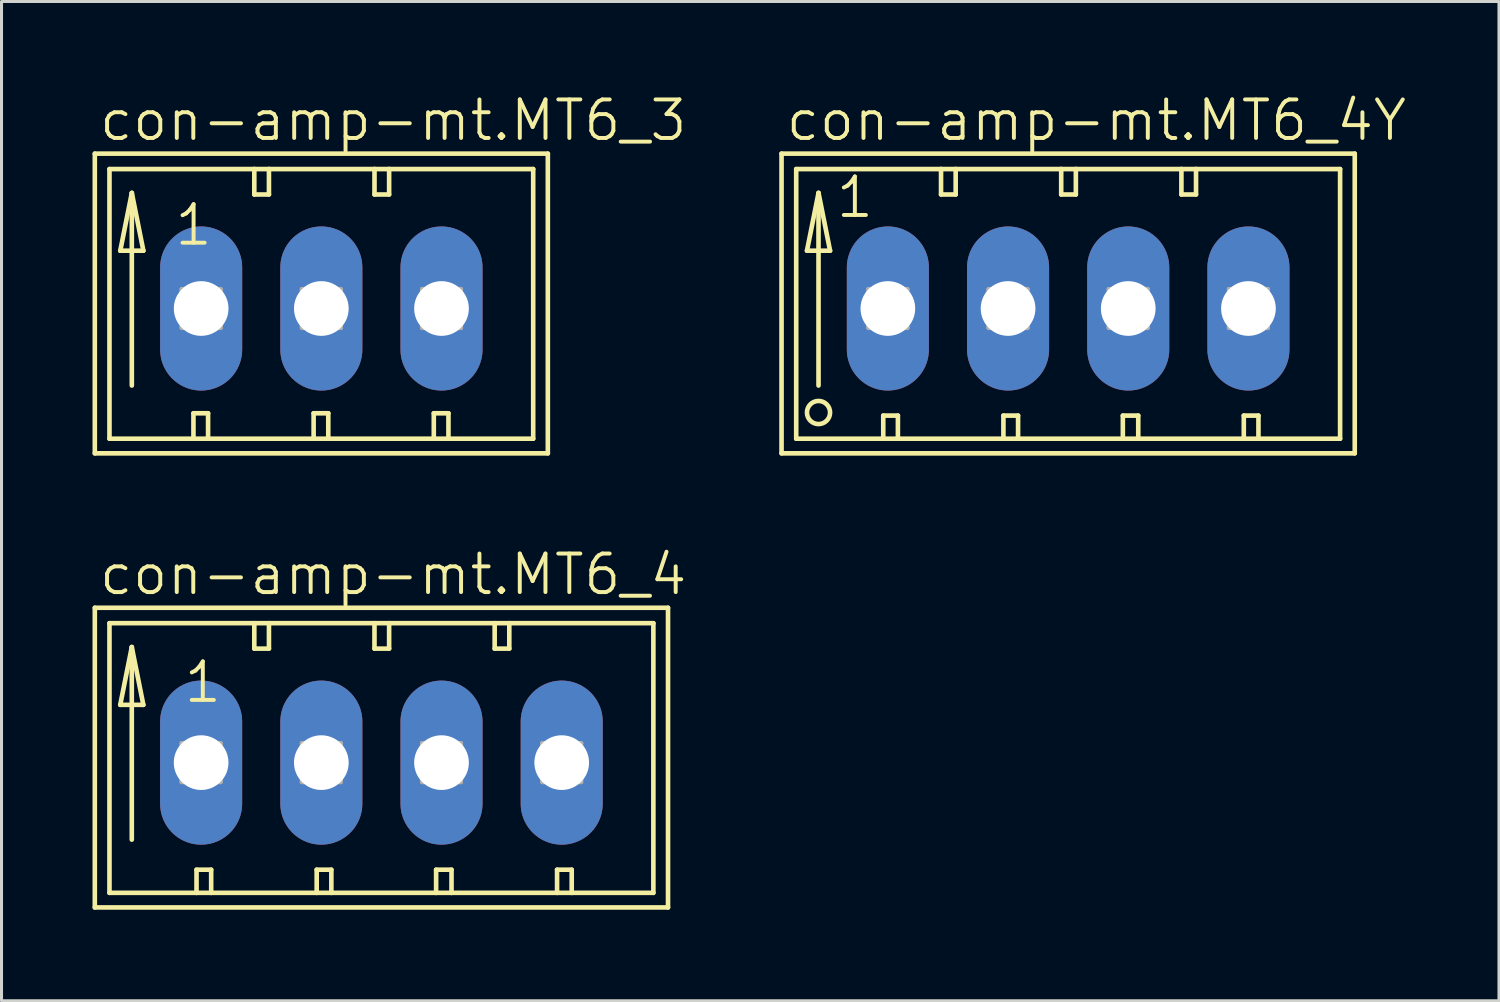
<source format=kicad_pcb>
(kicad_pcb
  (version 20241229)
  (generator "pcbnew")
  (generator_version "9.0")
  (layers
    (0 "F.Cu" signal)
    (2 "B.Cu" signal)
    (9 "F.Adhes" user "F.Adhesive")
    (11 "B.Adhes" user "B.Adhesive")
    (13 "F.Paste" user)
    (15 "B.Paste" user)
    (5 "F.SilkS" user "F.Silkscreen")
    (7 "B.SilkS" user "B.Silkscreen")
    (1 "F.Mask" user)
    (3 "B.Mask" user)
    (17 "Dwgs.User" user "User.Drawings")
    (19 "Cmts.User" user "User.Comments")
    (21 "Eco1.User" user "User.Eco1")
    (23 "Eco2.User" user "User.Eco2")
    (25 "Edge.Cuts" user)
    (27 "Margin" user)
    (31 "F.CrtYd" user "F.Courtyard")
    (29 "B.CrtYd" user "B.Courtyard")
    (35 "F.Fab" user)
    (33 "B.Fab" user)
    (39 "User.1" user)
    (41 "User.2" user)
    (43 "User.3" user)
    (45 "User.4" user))
  (footprint "con-amp-mt.MT6_4"
    (layer "F.Cu")
    (at 9.525 22.093)
    (property "Reference" "con-amp-mt.MT6_4" (at -9.373 -5.461 0) (layer "F.SilkS") (effects (font (size 1.27 1.27) (thickness 0.13)) (justify left bottom)))
    (attr through_hole)
    (fp_line (start -9.449 -5.105) (end -9.449 4.775) (stroke (width 0.152) (type default)) (layer "F.SilkS"))
    (fp_line (start -9.449 4.775) (end 9.449 4.775) (stroke (width 0.152) (type default)) (layer "F.SilkS"))
    (fp_line (start -8.966 -4.597) (end -8.966 4.293) (stroke (width 0.152) (type default)) (layer "F.SilkS"))
    (fp_line (start -8.966 4.293) (end -6.096 4.293) (stroke (width 0.152) (type default)) (layer "F.SilkS"))
    (fp_line (start -8.611 -1.905) (end -7.849 -1.905) (stroke (width 0.152) (type default)) (layer "F.SilkS"))
    (fp_line (start -8.23 -3.81) (end -8.611 -1.905) (stroke (width 0.152) (type default)) (layer "F.SilkS"))
    (fp_line (start -8.23 -3.81) (end -7.849 -1.905) (stroke (width 0.152) (type default)) (layer "F.SilkS"))
    (fp_line (start -8.23 2.54) (end -8.23 -3.81) (stroke (width 0.152) (type default)) (layer "F.SilkS"))
    (fp_line (start -6.096 3.531) (end -5.613 3.531) (stroke (width 0.152) (type default)) (layer "F.SilkS"))
    (fp_line (start -6.096 4.293) (end -6.096 3.531) (stroke (width 0.152) (type default)) (layer "F.SilkS"))
    (fp_line (start -6.096 4.293) (end -5.613 4.293) (stroke (width 0.152) (type default)) (layer "F.SilkS"))
    (fp_line (start -5.613 4.293) (end -5.613 3.531) (stroke (width 0.152) (type default)) (layer "F.SilkS"))
    (fp_line (start -5.613 4.293) (end -2.134 4.293) (stroke (width 0.152) (type default)) (layer "F.SilkS"))
    (fp_line (start -4.191 -4.597) (end -8.966 -4.597) (stroke (width 0.152) (type default)) (layer "F.SilkS"))
    (fp_line (start -4.191 -4.597) (end -4.191 -3.759) (stroke (width 0.152) (type default)) (layer "F.SilkS"))
    (fp_line (start -4.191 -3.759) (end -3.708 -3.759) (stroke (width 0.152) (type default)) (layer "F.SilkS"))
    (fp_line (start -3.708 -4.597) (end -4.191 -4.597) (stroke (width 0.152) (type default)) (layer "F.SilkS"))
    (fp_line (start -3.708 -3.759) (end -3.708 -4.597) (stroke (width 0.152) (type default)) (layer "F.SilkS"))
    (fp_line (start -2.134 3.531) (end -2.134 4.293) (stroke (width 0.152) (type default)) (layer "F.SilkS"))
    (fp_line (start -2.134 3.531) (end -1.651 3.531) (stroke (width 0.152) (type default)) (layer "F.SilkS"))
    (fp_line (start -2.134 4.293) (end -1.651 4.293) (stroke (width 0.152) (type default)) (layer "F.SilkS"))
    (fp_line (start -1.651 3.531) (end -1.651 4.293) (stroke (width 0.152) (type default)) (layer "F.SilkS"))
    (fp_line (start -1.651 4.293) (end 1.803 4.293) (stroke (width 0.152) (type default)) (layer "F.SilkS"))
    (fp_line (start -0.229 -4.597) (end -3.708 -4.597) (stroke (width 0.152) (type default)) (layer "F.SilkS"))
    (fp_line (start -0.229 -3.759) (end -0.229 -4.597) (stroke (width 0.152) (type default)) (layer "F.SilkS"))
    (fp_line (start -0.229 -3.759) (end 0.254 -3.759) (stroke (width 0.152) (type default)) (layer "F.SilkS"))
    (fp_line (start 0.254 -4.597) (end -0.229 -4.597) (stroke (width 0.152) (type default)) (layer "F.SilkS"))
    (fp_line (start 0.254 -3.759) (end 0.254 -4.597) (stroke (width 0.152) (type default)) (layer "F.SilkS"))
    (fp_line (start 1.803 3.531) (end 1.803 4.293) (stroke (width 0.152) (type default)) (layer "F.SilkS"))
    (fp_line (start 1.803 3.531) (end 2.311 3.531) (stroke (width 0.152) (type default)) (layer "F.SilkS"))
    (fp_line (start 1.803 4.293) (end 2.311 4.293) (stroke (width 0.152) (type default)) (layer "F.SilkS"))
    (fp_line (start 2.311 3.531) (end 2.311 4.293) (stroke (width 0.152) (type default)) (layer "F.SilkS"))
    (fp_line (start 2.311 4.293) (end 5.791 4.293) (stroke (width 0.152) (type default)) (layer "F.SilkS"))
    (fp_line (start 3.734 -4.597) (end 0.254 -4.597) (stroke (width 0.152) (type default)) (layer "F.SilkS"))
    (fp_line (start 3.734 -3.759) (end 3.734 -4.597) (stroke (width 0.152) (type default)) (layer "F.SilkS"))
    (fp_line (start 3.734 -3.759) (end 4.216 -3.759) (stroke (width 0.152) (type default)) (layer "F.SilkS"))
    (fp_line (start 4.216 -4.597) (end 3.734 -4.597) (stroke (width 0.152) (type default)) (layer "F.SilkS"))
    (fp_line (start 4.216 -3.759) (end 4.216 -4.597) (stroke (width 0.152) (type default)) (layer "F.SilkS"))
    (fp_line (start 5.791 3.531) (end 5.791 4.293) (stroke (width 0.152) (type default)) (layer "F.SilkS"))
    (fp_line (start 5.791 3.531) (end 6.274 3.531) (stroke (width 0.152) (type default)) (layer "F.SilkS"))
    (fp_line (start 5.791 4.293) (end 6.274 4.293) (stroke (width 0.152) (type default)) (layer "F.SilkS"))
    (fp_line (start 6.274 3.531) (end 6.274 4.293) (stroke (width 0.152) (type default)) (layer "F.SilkS"))
    (fp_line (start 6.274 4.293) (end 8.966 4.293) (stroke (width 0.152) (type default)) (layer "F.SilkS"))
    (fp_line (start 8.966 -4.597) (end 4.216 -4.597) (stroke (width 0.152) (type default)) (layer "F.SilkS"))
    (fp_line (start 8.966 4.293) (end 8.966 -4.597) (stroke (width 0.152) (type default)) (layer "F.SilkS"))
    (fp_line (start 9.449 -5.105) (end -9.449 -5.105) (stroke (width 0.152) (type default)) (layer "F.SilkS"))
    (fp_line (start 9.449 4.775) (end 9.449 -5.105) (stroke (width 0.152) (type default)) (layer "F.SilkS"))
    (fp_line (start -6.579 -0.635) (end -6.579 0.635) (stroke (width 0.152) (type default)) (layer "F.Fab"))
    (fp_line (start -6.579 -0.635) (end -5.309 0.635) (stroke (width 0.152) (type default)) (layer "F.Fab"))
    (fp_line (start -6.579 0.635) (end -5.309 0.635) (stroke (width 0.152) (type default)) (layer "F.Fab"))
    (fp_line (start -5.309 -0.635) (end -6.579 -0.635) (stroke (width 0.152) (type default)) (layer "F.Fab"))
    (fp_line (start -5.309 -0.635) (end -6.579 0.635) (stroke (width 0.152) (type default)) (layer "F.Fab"))
    (fp_line (start -5.309 0.635) (end -5.309 -0.635) (stroke (width 0.152) (type default)) (layer "F.Fab"))
    (fp_line (start -2.616 -0.635) (end -2.616 0.635) (stroke (width 0.152) (type default)) (layer "F.Fab"))
    (fp_line (start -2.616 -0.635) (end -1.346 0.635) (stroke (width 0.152) (type default)) (layer "F.Fab"))
    (fp_line (start -2.616 0.635) (end -1.346 0.635) (stroke (width 0.152) (type default)) (layer "F.Fab"))
    (fp_line (start -1.346 -0.635) (end -2.616 -0.635) (stroke (width 0.152) (type default)) (layer "F.Fab"))
    (fp_line (start -1.346 -0.635) (end -2.616 0.635) (stroke (width 0.152) (type default)) (layer "F.Fab"))
    (fp_line (start -1.346 0.635) (end -1.346 -0.635) (stroke (width 0.152) (type default)) (layer "F.Fab"))
    (fp_line (start 1.346 -0.635) (end 1.346 0.635) (stroke (width 0.152) (type default)) (layer "F.Fab"))
    (fp_line (start 1.346 -0.635) (end 2.616 0.635) (stroke (width 0.152) (type default)) (layer "F.Fab"))
    (fp_line (start 1.346 0.635) (end 2.616 0.635) (stroke (width 0.152) (type default)) (layer "F.Fab"))
    (fp_line (start 2.616 -0.635) (end 1.346 -0.635) (stroke (width 0.152) (type default)) (layer "F.Fab"))
    (fp_line (start 2.616 -0.635) (end 1.346 0.635) (stroke (width 0.152) (type default)) (layer "F.Fab"))
    (fp_line (start 2.616 0.635) (end 2.616 -0.635) (stroke (width 0.152) (type default)) (layer "F.Fab"))
    (fp_line (start 5.309 -0.635) (end 5.309 0.635) (stroke (width 0.152) (type default)) (layer "F.Fab"))
    (fp_line (start 5.309 -0.635) (end 6.579 0.635) (stroke (width 0.152) (type default)) (layer "F.Fab"))
    (fp_line (start 5.309 0.635) (end 6.579 0.635) (stroke (width 0.152) (type default)) (layer "F.Fab"))
    (fp_line (start 6.579 -0.635) (end 5.309 -0.635) (stroke (width 0.152) (type default)) (layer "F.Fab"))
    (fp_line (start 6.579 -0.635) (end 5.309 0.635) (stroke (width 0.152) (type default)) (layer "F.Fab"))
    (fp_line (start 6.579 0.635) (end 6.579 -0.635) (stroke (width 0.152) (type default)) (layer "F.Fab"))
    (fp_text user "1" (at -6.579 -1.905 0) (layer "F.SilkS") (effects (font (size 1.27 1.27) (thickness 0.13)) (justify left bottom)))
    (pad "1" thru_hole oval (at -5.944 0 90) (size 5.41 2.705) (drill 1.803) (layers "*.Cu" "*.Mask"))
    (pad "2" thru_hole oval (at -1.981 0 90) (size 5.41 2.705) (drill 1.803) (layers "*.Cu" "*.Mask"))
    (pad "3" thru_hole oval (at 1.981 0 90) (size 5.41 2.705) (drill 1.803) (layers "*.Cu" "*.Mask"))
    (pad "4" thru_hole oval (at 5.944 0 90) (size 5.41 2.705) (drill 1.803) (layers "*.Cu" "*.Mask")))
  (footprint "con-amp-mt.MT6_4Y"
    (layer "F.Cu")
    (at 32.166 7.121)
    (property "Reference" "con-amp-mt.MT6_4Y" (at -9.373 -5.461 0) (layer "F.SilkS") (effects (font (size 1.27 1.27) (thickness 0.13)) (justify left bottom)))
    (attr through_hole)
    (fp_line (start -9.449 -5.105) (end -9.449 4.775) (stroke (width 0.152) (type default)) (layer "F.SilkS"))
    (fp_line (start -9.449 4.775) (end 9.449 4.775) (stroke (width 0.152) (type default)) (layer "F.SilkS"))
    (fp_line (start -8.966 -4.597) (end -8.966 4.293) (stroke (width 0.152) (type default)) (layer "F.SilkS"))
    (fp_line (start -8.966 4.293) (end -6.096 4.293) (stroke (width 0.152) (type default)) (layer "F.SilkS"))
    (fp_line (start -8.611 -1.905) (end -7.849 -1.905) (stroke (width 0.152) (type default)) (layer "F.SilkS"))
    (fp_line (start -8.23 -3.81) (end -8.611 -1.905) (stroke (width 0.152) (type default)) (layer "F.SilkS"))
    (fp_line (start -8.23 -3.81) (end -7.849 -1.905) (stroke (width 0.152) (type default)) (layer "F.SilkS"))
    (fp_line (start -8.23 2.54) (end -8.23 -3.81) (stroke (width 0.152) (type default)) (layer "F.SilkS"))
    (fp_line (start -6.096 3.531) (end -5.613 3.531) (stroke (width 0.152) (type default)) (layer "F.SilkS"))
    (fp_line (start -6.096 4.293) (end -6.096 3.531) (stroke (width 0.152) (type default)) (layer "F.SilkS"))
    (fp_line (start -6.096 4.293) (end -5.613 4.293) (stroke (width 0.152) (type default)) (layer "F.SilkS"))
    (fp_line (start -5.613 4.293) (end -5.613 3.531) (stroke (width 0.152) (type default)) (layer "F.SilkS"))
    (fp_line (start -5.613 4.293) (end -2.134 4.293) (stroke (width 0.152) (type default)) (layer "F.SilkS"))
    (fp_line (start -4.191 -4.597) (end -8.966 -4.597) (stroke (width 0.152) (type default)) (layer "F.SilkS"))
    (fp_line (start -4.191 -4.597) (end -4.191 -3.759) (stroke (width 0.152) (type default)) (layer "F.SilkS"))
    (fp_line (start -4.191 -3.759) (end -3.708 -3.759) (stroke (width 0.152) (type default)) (layer "F.SilkS"))
    (fp_line (start -3.708 -4.597) (end -4.191 -4.597) (stroke (width 0.152) (type default)) (layer "F.SilkS"))
    (fp_line (start -3.708 -3.759) (end -3.708 -4.597) (stroke (width 0.152) (type default)) (layer "F.SilkS"))
    (fp_line (start -2.134 3.531) (end -2.134 4.293) (stroke (width 0.152) (type default)) (layer "F.SilkS"))
    (fp_line (start -2.134 3.531) (end -1.651 3.531) (stroke (width 0.152) (type default)) (layer "F.SilkS"))
    (fp_line (start -2.134 4.293) (end -1.651 4.293) (stroke (width 0.152) (type default)) (layer "F.SilkS"))
    (fp_line (start -1.651 3.531) (end -1.651 4.293) (stroke (width 0.152) (type default)) (layer "F.SilkS"))
    (fp_line (start -1.651 4.293) (end 1.803 4.293) (stroke (width 0.152) (type default)) (layer "F.SilkS"))
    (fp_line (start -0.229 -4.597) (end -3.708 -4.597) (stroke (width 0.152) (type default)) (layer "F.SilkS"))
    (fp_line (start -0.229 -3.759) (end -0.229 -4.597) (stroke (width 0.152) (type default)) (layer "F.SilkS"))
    (fp_line (start -0.229 -3.759) (end 0.254 -3.759) (stroke (width 0.152) (type default)) (layer "F.SilkS"))
    (fp_line (start 0.254 -4.597) (end -0.229 -4.597) (stroke (width 0.152) (type default)) (layer "F.SilkS"))
    (fp_line (start 0.254 -3.759) (end 0.254 -4.597) (stroke (width 0.152) (type default)) (layer "F.SilkS"))
    (fp_line (start 1.803 3.531) (end 1.803 4.293) (stroke (width 0.152) (type default)) (layer "F.SilkS"))
    (fp_line (start 1.803 3.531) (end 2.311 3.531) (stroke (width 0.152) (type default)) (layer "F.SilkS"))
    (fp_line (start 1.803 4.293) (end 2.311 4.293) (stroke (width 0.152) (type default)) (layer "F.SilkS"))
    (fp_line (start 2.311 3.531) (end 2.311 4.293) (stroke (width 0.152) (type default)) (layer "F.SilkS"))
    (fp_line (start 2.311 4.293) (end 5.791 4.293) (stroke (width 0.152) (type default)) (layer "F.SilkS"))
    (fp_line (start 3.734 -4.597) (end 0.254 -4.597) (stroke (width 0.152) (type default)) (layer "F.SilkS"))
    (fp_line (start 3.734 -3.759) (end 3.734 -4.597) (stroke (width 0.152) (type default)) (layer "F.SilkS"))
    (fp_line (start 3.734 -3.759) (end 4.216 -3.759) (stroke (width 0.152) (type default)) (layer "F.SilkS"))
    (fp_line (start 4.216 -4.597) (end 3.734 -4.597) (stroke (width 0.152) (type default)) (layer "F.SilkS"))
    (fp_line (start 4.216 -3.759) (end 4.216 -4.597) (stroke (width 0.152) (type default)) (layer "F.SilkS"))
    (fp_line (start 5.791 3.531) (end 5.791 4.293) (stroke (width 0.152) (type default)) (layer "F.SilkS"))
    (fp_line (start 5.791 3.531) (end 6.274 3.531) (stroke (width 0.152) (type default)) (layer "F.SilkS"))
    (fp_line (start 5.791 4.293) (end 6.274 4.293) (stroke (width 0.152) (type default)) (layer "F.SilkS"))
    (fp_line (start 6.274 3.531) (end 6.274 4.293) (stroke (width 0.152) (type default)) (layer "F.SilkS"))
    (fp_line (start 6.274 4.293) (end 8.966 4.293) (stroke (width 0.152) (type default)) (layer "F.SilkS"))
    (fp_line (start 8.966 -4.597) (end 4.216 -4.597) (stroke (width 0.152) (type default)) (layer "F.SilkS"))
    (fp_line (start 8.966 4.293) (end 8.966 -4.597) (stroke (width 0.152) (type default)) (layer "F.SilkS"))
    (fp_line (start 9.449 -5.105) (end -9.449 -5.105) (stroke (width 0.152) (type default)) (layer "F.SilkS"))
    (fp_line (start 9.449 4.775) (end 9.449 -5.105) (stroke (width 0.152) (type default)) (layer "F.SilkS"))
    (fp_circle (center -8.23 3.429) (end -7.849 3.429) (stroke (width 0.152) (type default)) (fill no) (layer "F.SilkS"))
    (fp_line (start -6.579 -0.635) (end -6.579 0.635) (stroke (width 0.152) (type default)) (layer "F.Fab"))
    (fp_line (start -6.579 -0.635) (end -5.309 0.635) (stroke (width 0.152) (type default)) (layer "F.Fab"))
    (fp_line (start -6.579 0.635) (end -5.309 0.635) (stroke (width 0.152) (type default)) (layer "F.Fab"))
    (fp_line (start -5.309 -0.635) (end -6.579 -0.635) (stroke (width 0.152) (type default)) (layer "F.Fab"))
    (fp_line (start -5.309 -0.635) (end -6.579 0.635) (stroke (width 0.152) (type default)) (layer "F.Fab"))
    (fp_line (start -5.309 0.635) (end -5.309 -0.635) (stroke (width 0.152) (type default)) (layer "F.Fab"))
    (fp_line (start -2.616 -0.635) (end -2.616 0.635) (stroke (width 0.152) (type default)) (layer "F.Fab"))
    (fp_line (start -2.616 -0.635) (end -1.346 0.635) (stroke (width 0.152) (type default)) (layer "F.Fab"))
    (fp_line (start -2.616 0.635) (end -1.346 0.635) (stroke (width 0.152) (type default)) (layer "F.Fab"))
    (fp_line (start -1.346 -0.635) (end -2.616 -0.635) (stroke (width 0.152) (type default)) (layer "F.Fab"))
    (fp_line (start -1.346 -0.635) (end -2.616 0.635) (stroke (width 0.152) (type default)) (layer "F.Fab"))
    (fp_line (start -1.346 0.635) (end -1.346 -0.635) (stroke (width 0.152) (type default)) (layer "F.Fab"))
    (fp_line (start 1.346 -0.635) (end 1.346 0.635) (stroke (width 0.152) (type default)) (layer "F.Fab"))
    (fp_line (start 1.346 -0.635) (end 2.616 0.635) (stroke (width 0.152) (type default)) (layer "F.Fab"))
    (fp_line (start 1.346 0.635) (end 2.616 0.635) (stroke (width 0.152) (type default)) (layer "F.Fab"))
    (fp_line (start 2.616 -0.635) (end 1.346 -0.635) (stroke (width 0.152) (type default)) (layer "F.Fab"))
    (fp_line (start 2.616 -0.635) (end 1.346 0.635) (stroke (width 0.152) (type default)) (layer "F.Fab"))
    (fp_line (start 2.616 0.635) (end 2.616 -0.635) (stroke (width 0.152) (type default)) (layer "F.Fab"))
    (fp_line (start 5.309 -0.635) (end 5.309 0.635) (stroke (width 0.152) (type default)) (layer "F.Fab"))
    (fp_line (start 5.309 -0.635) (end 6.579 0.635) (stroke (width 0.152) (type default)) (layer "F.Fab"))
    (fp_line (start 5.309 0.635) (end 6.579 0.635) (stroke (width 0.152) (type default)) (layer "F.Fab"))
    (fp_line (start 6.579 -0.635) (end 5.309 -0.635) (stroke (width 0.152) (type default)) (layer "F.Fab"))
    (fp_line (start 6.579 -0.635) (end 5.309 0.635) (stroke (width 0.152) (type default)) (layer "F.Fab"))
    (fp_line (start 6.579 0.635) (end 6.579 -0.635) (stroke (width 0.152) (type default)) (layer "F.Fab"))
    (fp_text user "1" (at -7.722 -2.921 0) (layer "F.SilkS") (effects (font (size 1.27 1.27) (thickness 0.13)) (justify left bottom)))
    (pad "1" thru_hole oval (at -5.944 0 90) (size 5.41 2.705) (drill 1.803) (layers "*.Cu" "*.Mask"))
    (pad "2" thru_hole oval (at -1.981 0 90) (size 5.41 2.705) (drill 1.803) (layers "*.Cu" "*.Mask"))
    (pad "3" thru_hole oval (at 1.981 0 90) (size 5.41 2.705) (drill 1.803) (layers "*.Cu" "*.Mask"))
    (pad "4" thru_hole oval (at 5.944 0 90) (size 5.41 2.705) (drill 1.803) (layers "*.Cu" "*.Mask")))
  (footprint "con-amp-mt.MT6_3"
    (layer "F.Cu")
    (at 7.544 7.121)
    (property "Reference" "con-amp-mt.MT6_3" (at -7.391 -5.461 0) (layer "F.SilkS") (effects (font (size 1.27 1.27) (thickness 0.13)) (justify left bottom)))
    (attr through_hole)
    (fp_line (start -7.468 -5.105) (end -7.468 4.775) (stroke (width 0.152) (type default)) (layer "F.SilkS"))
    (fp_line (start -7.468 4.775) (end 7.468 4.775) (stroke (width 0.152) (type default)) (layer "F.SilkS"))
    (fp_line (start -6.985 -4.597) (end -6.985 4.293) (stroke (width 0.152) (type default)) (layer "F.SilkS"))
    (fp_line (start -6.985 4.293) (end -4.216 4.293) (stroke (width 0.152) (type default)) (layer "F.SilkS"))
    (fp_line (start -6.629 -1.905) (end -5.867 -1.905) (stroke (width 0.152) (type default)) (layer "F.SilkS"))
    (fp_line (start -6.248 -3.81) (end -6.629 -1.905) (stroke (width 0.152) (type default)) (layer "F.SilkS"))
    (fp_line (start -6.248 -3.81) (end -5.867 -1.905) (stroke (width 0.152) (type default)) (layer "F.SilkS"))
    (fp_line (start -6.248 2.54) (end -6.248 -3.81) (stroke (width 0.152) (type default)) (layer "F.SilkS"))
    (fp_line (start -4.216 3.454) (end -4.216 4.293) (stroke (width 0.152) (type default)) (layer "F.SilkS"))
    (fp_line (start -4.216 3.454) (end -3.734 3.454) (stroke (width 0.152) (type default)) (layer "F.SilkS"))
    (fp_line (start -4.216 4.293) (end -3.734 4.293) (stroke (width 0.152) (type default)) (layer "F.SilkS"))
    (fp_line (start -3.734 3.454) (end -3.734 4.293) (stroke (width 0.152) (type default)) (layer "F.SilkS"))
    (fp_line (start -3.734 4.293) (end -0.254 4.293) (stroke (width 0.152) (type default)) (layer "F.SilkS"))
    (fp_line (start -2.21 -4.597) (end -6.985 -4.597) (stroke (width 0.152) (type default)) (layer "F.SilkS"))
    (fp_line (start -2.21 -4.597) (end -2.21 -3.759) (stroke (width 0.152) (type default)) (layer "F.SilkS"))
    (fp_line (start -2.21 -3.759) (end -1.727 -3.759) (stroke (width 0.152) (type default)) (layer "F.SilkS"))
    (fp_line (start -1.727 -4.597) (end -2.21 -4.597) (stroke (width 0.152) (type default)) (layer "F.SilkS"))
    (fp_line (start -1.727 -3.759) (end -1.727 -4.597) (stroke (width 0.152) (type default)) (layer "F.SilkS"))
    (fp_line (start -0.254 3.454) (end -0.254 4.293) (stroke (width 0.152) (type default)) (layer "F.SilkS"))
    (fp_line (start -0.254 3.454) (end 0.229 3.454) (stroke (width 0.152) (type default)) (layer "F.SilkS"))
    (fp_line (start -0.254 4.293) (end 0.229 4.293) (stroke (width 0.152) (type default)) (layer "F.SilkS"))
    (fp_line (start 0.229 3.454) (end 0.229 4.293) (stroke (width 0.152) (type default)) (layer "F.SilkS"))
    (fp_line (start 0.229 4.293) (end 3.708 4.293) (stroke (width 0.152) (type default)) (layer "F.SilkS"))
    (fp_line (start 1.753 -4.597) (end -1.727 -4.597) (stroke (width 0.152) (type default)) (layer "F.SilkS"))
    (fp_line (start 1.753 -3.759) (end 1.753 -4.597) (stroke (width 0.152) (type default)) (layer "F.SilkS"))
    (fp_line (start 1.753 -3.759) (end 2.235 -3.759) (stroke (width 0.152) (type default)) (layer "F.SilkS"))
    (fp_line (start 2.235 -4.597) (end 1.753 -4.597) (stroke (width 0.152) (type default)) (layer "F.SilkS"))
    (fp_line (start 2.235 -3.759) (end 2.235 -4.597) (stroke (width 0.152) (type default)) (layer "F.SilkS"))
    (fp_line (start 3.708 3.454) (end 3.708 4.293) (stroke (width 0.152) (type default)) (layer "F.SilkS"))
    (fp_line (start 3.708 3.454) (end 4.191 3.454) (stroke (width 0.152) (type default)) (layer "F.SilkS"))
    (fp_line (start 3.708 4.293) (end 4.191 4.293) (stroke (width 0.152) (type default)) (layer "F.SilkS"))
    (fp_line (start 4.191 3.454) (end 4.191 4.293) (stroke (width 0.152) (type default)) (layer "F.SilkS"))
    (fp_line (start 4.191 4.293) (end 6.985 4.293) (stroke (width 0.152) (type default)) (layer "F.SilkS"))
    (fp_line (start 6.985 -4.597) (end 2.235 -4.597) (stroke (width 0.152) (type default)) (layer "F.SilkS"))
    (fp_line (start 6.985 4.293) (end 6.985 -4.597) (stroke (width 0.152) (type default)) (layer "F.SilkS"))
    (fp_line (start 7.468 -5.105) (end -7.468 -5.105) (stroke (width 0.152) (type default)) (layer "F.SilkS"))
    (fp_line (start 7.468 4.775) (end 7.468 -5.105) (stroke (width 0.152) (type default)) (layer "F.SilkS"))
    (fp_line (start -4.597 -0.635) (end -4.597 0.635) (stroke (width 0.152) (type default)) (layer "F.Fab"))
    (fp_line (start -4.597 -0.635) (end -3.327 0.635) (stroke (width 0.152) (type default)) (layer "F.Fab"))
    (fp_line (start -4.597 0.635) (end -3.327 0.635) (stroke (width 0.152) (type default)) (layer "F.Fab"))
    (fp_line (start -3.327 -0.635) (end -4.597 -0.635) (stroke (width 0.152) (type default)) (layer "F.Fab"))
    (fp_line (start -3.327 -0.635) (end -4.597 0.635) (stroke (width 0.152) (type default)) (layer "F.Fab"))
    (fp_line (start -3.327 0.635) (end -3.327 -0.635) (stroke (width 0.152) (type default)) (layer "F.Fab"))
    (fp_line (start -0.635 -0.635) (end -0.635 0.635) (stroke (width 0.152) (type default)) (layer "F.Fab"))
    (fp_line (start -0.635 -0.635) (end 0.635 0.635) (stroke (width 0.152) (type default)) (layer "F.Fab"))
    (fp_line (start -0.635 0.635) (end 0.635 0.635) (stroke (width 0.152) (type default)) (layer "F.Fab"))
    (fp_line (start 0.635 -0.635) (end -0.635 -0.635) (stroke (width 0.152) (type default)) (layer "F.Fab"))
    (fp_line (start 0.635 -0.635) (end -0.635 0.635) (stroke (width 0.152) (type default)) (layer "F.Fab"))
    (fp_line (start 0.635 0.635) (end 0.635 -0.635) (stroke (width 0.152) (type default)) (layer "F.Fab"))
    (fp_line (start 3.327 -0.635) (end 3.327 0.635) (stroke (width 0.152) (type default)) (layer "F.Fab"))
    (fp_line (start 3.327 -0.635) (end 4.597 0.635) (stroke (width 0.152) (type default)) (layer "F.Fab"))
    (fp_line (start 3.327 0.635) (end 4.597 0.635) (stroke (width 0.152) (type default)) (layer "F.Fab"))
    (fp_line (start 4.597 -0.635) (end 3.327 -0.635) (stroke (width 0.152) (type default)) (layer "F.Fab"))
    (fp_line (start 4.597 -0.635) (end 3.327 0.635) (stroke (width 0.152) (type default)) (layer "F.Fab"))
    (fp_line (start 4.597 0.635) (end 4.597 -0.635) (stroke (width 0.152) (type default)) (layer "F.Fab"))
    (fp_text user "1" (at -4.902 -2.007 0) (layer "F.SilkS") (effects (font (size 1.27 1.27) (thickness 0.13)) (justify left bottom)))
    (pad "1" thru_hole oval (at -3.962 0 90) (size 5.41 2.705) (drill 1.803) (layers "*.Cu" "*.Mask"))
    (pad "2" thru_hole oval (at 0 0 90) (size 5.41 2.705) (drill 1.803) (layers "*.Cu" "*.Mask"))
    (pad "3" thru_hole oval (at 3.962 0 90) (size 5.41 2.705) (drill 1.803) (layers "*.Cu" "*.Mask")))
  (gr_rect
    (start -3 -3)
    (end 46.37 29.945)
    (stroke (width 0.1) (type default))
    (fill no)
    (layer "Edge.Cuts")))
</source>
